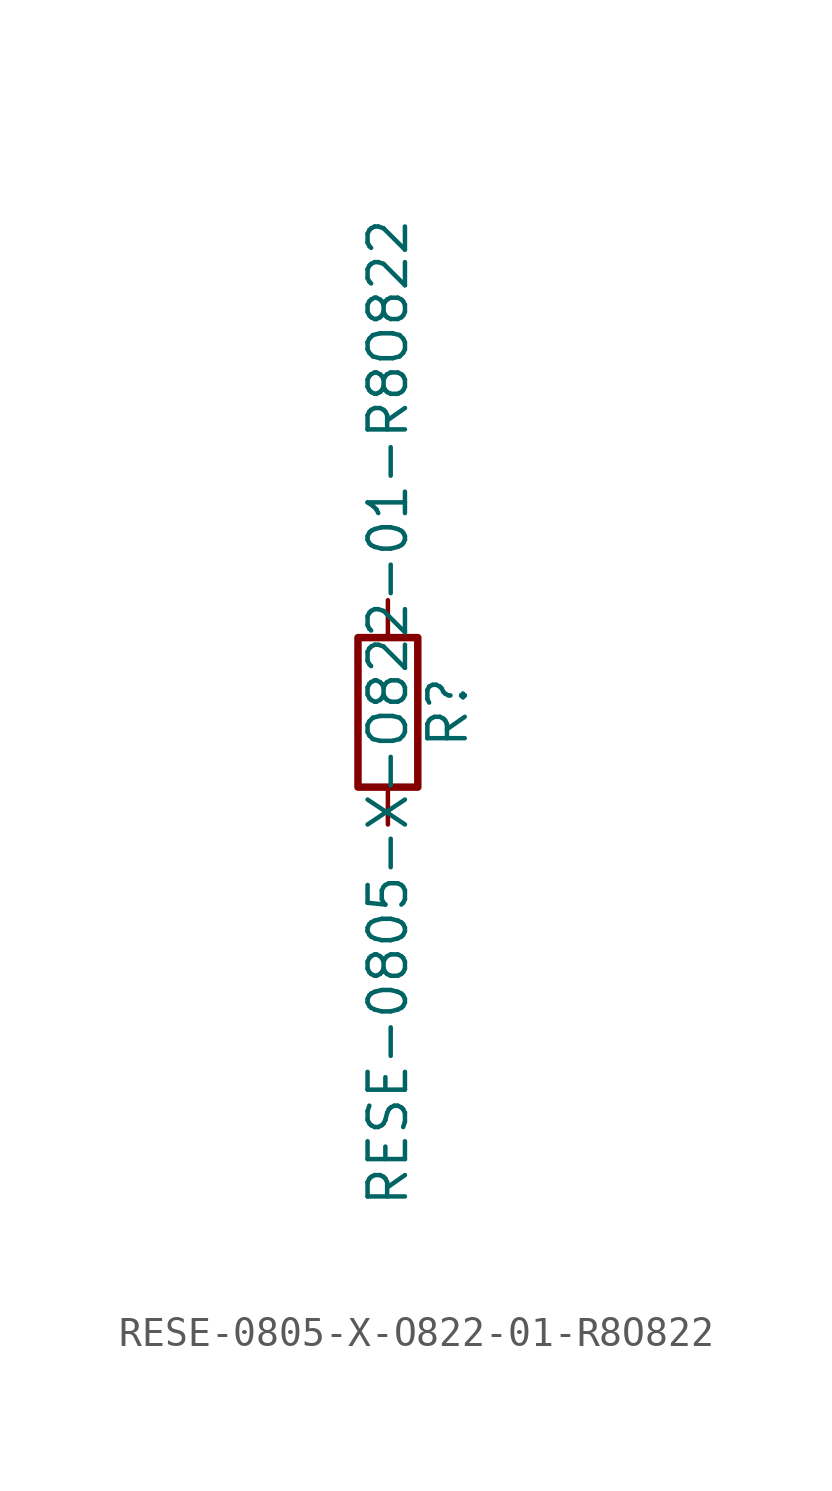
<source format=kicad_sym>
(kicad_symbol_lib
  (version 20211014)
  (generator kicad_symbol_editor)
  (symbol "RESE-0805-X-O822-01-R8O822"
    (pin_numbers hide)
    (pin_names
      (offset 0))
    (property "Reference" "R"
      (at 2.032 0 90)
      (effects (font (size 1.27 1.27))))
    (property "Value" "RESE-0805-X-O822-01-R8O822"
      (at 0 0 90)
      (effects (font (size 1.27 1.27))))
    (symbol "RESE-0805-X-O822-01-R8O822_0_1"
      (rectangle (start -1.016 -2.54) (end 1.016 2.54) (stroke (width 0.254) (type default) (color 0 0 0 0)) (fill (type none))))
    (symbol "RESE-0805-X-O822-01-R8O822_1_1"
      (pin passive line (at 0 3.81 270) (length 1.27) (name "~" (effects (font (size 1.27 1.27)))) (number "1" (effects (font (size 1.27 1.27)))))
      (pin passive line (at 0 -3.81 90) (length 1.27) (name "~" (effects (font (size 1.27 1.27)))) (number "2" (effects (font (size 1.27 1.27))))))))
</source>
